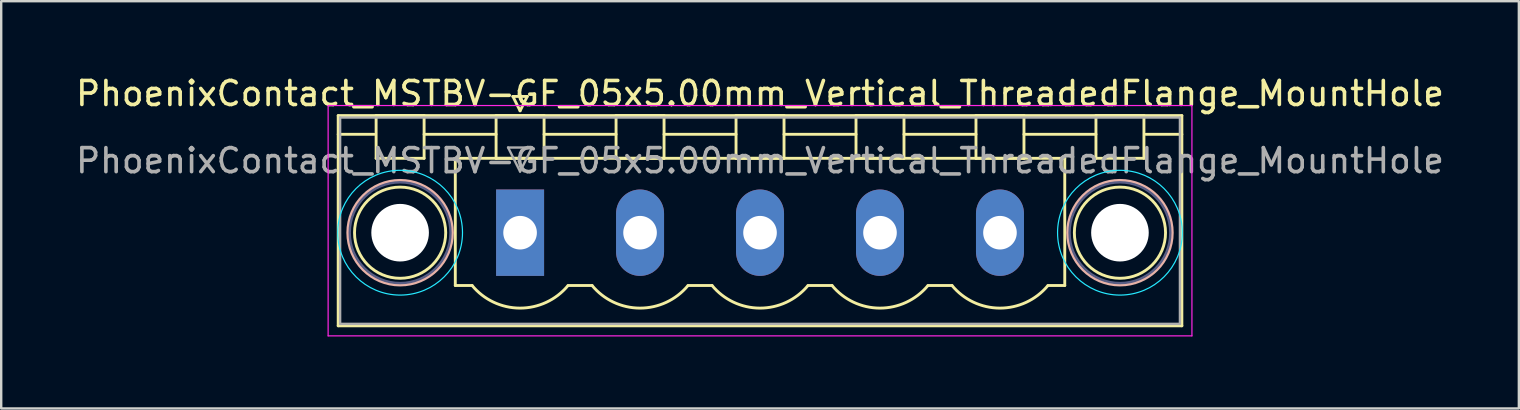
<source format=kicad_pcb>
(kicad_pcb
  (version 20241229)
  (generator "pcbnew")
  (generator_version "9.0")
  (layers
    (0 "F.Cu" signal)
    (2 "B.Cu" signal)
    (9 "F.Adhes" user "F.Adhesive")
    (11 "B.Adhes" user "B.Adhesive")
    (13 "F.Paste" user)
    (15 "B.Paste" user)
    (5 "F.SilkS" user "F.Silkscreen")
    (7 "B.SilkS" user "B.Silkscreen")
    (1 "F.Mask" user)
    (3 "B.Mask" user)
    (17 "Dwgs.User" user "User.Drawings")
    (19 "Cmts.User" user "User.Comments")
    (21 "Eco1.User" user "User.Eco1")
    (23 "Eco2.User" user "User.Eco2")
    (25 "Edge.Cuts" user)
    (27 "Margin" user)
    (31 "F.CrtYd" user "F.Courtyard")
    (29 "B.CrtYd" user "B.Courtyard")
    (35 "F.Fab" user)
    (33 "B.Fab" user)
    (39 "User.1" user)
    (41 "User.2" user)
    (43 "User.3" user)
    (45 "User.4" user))
  (footprint "PhoenixContact_MSTBV-GF_05x5.00mm_Vertical_ThreadedFlange_MountHole"
    (layer "F.Cu")
    (at 18.625 6.648)
    (property "Reference" "PhoenixContact_MSTBV-GF_05x5.00mm_Vertical_ThreadedFlange_MountHole" (at 10 -5.8 0) (layer "F.SilkS") (effects (font (size 1 1) (thickness 0.15))))
    (attr through_hole)
    (fp_line (start -7.58 -4.88) (end -7.58 3.88) (stroke (width 0.12) (type solid)) (layer "F.SilkS"))
    (fp_line (start -7.58 -4.1) (end -6.08 -4.1) (stroke (width 0.12) (type solid)) (layer "F.SilkS"))
    (fp_line (start -7.58 3.88) (end 27.58 3.88) (stroke (width 0.12) (type solid)) (layer "F.SilkS"))
    (fp_line (start -6 -4.88) (end -4 -4.88) (stroke (width 0.12) (type solid)) (layer "F.SilkS"))
    (fp_line (start -6 -3.1) (end -6 -4.88) (stroke (width 0.12) (type solid)) (layer "F.SilkS"))
    (fp_line (start -4 -4.88) (end -4 -3.1) (stroke (width 0.12) (type solid)) (layer "F.SilkS"))
    (fp_line (start -4 -4.1) (end -1 -4.1) (stroke (width 0.12) (type solid)) (layer "F.SilkS"))
    (fp_line (start -4 -3.1) (end -6 -3.1) (stroke (width 0.12) (type solid)) (layer "F.SilkS"))
    (fp_line (start -2.7 -3.1) (end 22.7 -3.1) (stroke (width 0.12) (type solid)) (layer "F.SilkS"))
    (fp_line (start -2.7 2.2) (end -2.7 -3.1) (stroke (width 0.12) (type solid)) (layer "F.SilkS"))
    (fp_line (start -2 2.2) (end -2.7 2.2) (stroke (width 0.12) (type solid)) (layer "F.SilkS"))
    (fp_line (start -1 -4.88) (end 1 -4.88) (stroke (width 0.12) (type solid)) (layer "F.SilkS"))
    (fp_line (start -1 -3.1) (end -1 -4.88) (stroke (width 0.12) (type solid)) (layer "F.SilkS"))
    (fp_line (start -0.3 -5.68) (end 0.3 -5.68) (stroke (width 0.12) (type solid)) (layer "F.SilkS"))
    (fp_line (start 0 -5.08) (end -0.3 -5.68) (stroke (width 0.12) (type solid)) (layer "F.SilkS"))
    (fp_line (start 0.3 -5.68) (end 0 -5.08) (stroke (width 0.12) (type solid)) (layer "F.SilkS"))
    (fp_line (start 1 -4.88) (end 1 -3.1) (stroke (width 0.12) (type solid)) (layer "F.SilkS"))
    (fp_line (start 1 -4.1) (end 4 -4.1) (stroke (width 0.12) (type solid)) (layer "F.SilkS"))
    (fp_line (start 1 -3.1) (end -1 -3.1) (stroke (width 0.12) (type solid)) (layer "F.SilkS"))
    (fp_line (start 2 2.2) (end 3 2.2) (stroke (width 0.12) (type solid)) (layer "F.SilkS"))
    (fp_line (start 4 -4.88) (end 6 -4.88) (stroke (width 0.12) (type solid)) (layer "F.SilkS"))
    (fp_line (start 4 -3.1) (end 4 -4.88) (stroke (width 0.12) (type solid)) (layer "F.SilkS"))
    (fp_line (start 6 -4.88) (end 6 -3.1) (stroke (width 0.12) (type solid)) (layer "F.SilkS"))
    (fp_line (start 6 -4.1) (end 9 -4.1) (stroke (width 0.12) (type solid)) (layer "F.SilkS"))
    (fp_line (start 6 -3.1) (end 4 -3.1) (stroke (width 0.12) (type solid)) (layer "F.SilkS"))
    (fp_line (start 7 2.2) (end 8 2.2) (stroke (width 0.12) (type solid)) (layer "F.SilkS"))
    (fp_line (start 9 -4.88) (end 11 -4.88) (stroke (width 0.12) (type solid)) (layer "F.SilkS"))
    (fp_line (start 9 -3.1) (end 9 -4.88) (stroke (width 0.12) (type solid)) (layer "F.SilkS"))
    (fp_line (start 11 -4.88) (end 11 -3.1) (stroke (width 0.12) (type solid)) (layer "F.SilkS"))
    (fp_line (start 11 -4.1) (end 14 -4.1) (stroke (width 0.12) (type solid)) (layer "F.SilkS"))
    (fp_line (start 11 -3.1) (end 9 -3.1) (stroke (width 0.12) (type solid)) (layer "F.SilkS"))
    (fp_line (start 12 2.2) (end 13 2.2) (stroke (width 0.12) (type solid)) (layer "F.SilkS"))
    (fp_line (start 14 -4.88) (end 16 -4.88) (stroke (width 0.12) (type solid)) (layer "F.SilkS"))
    (fp_line (start 14 -3.1) (end 14 -4.88) (stroke (width 0.12) (type solid)) (layer "F.SilkS"))
    (fp_line (start 16 -4.88) (end 16 -3.1) (stroke (width 0.12) (type solid)) (layer "F.SilkS"))
    (fp_line (start 16 -4.1) (end 19 -4.1) (stroke (width 0.12) (type solid)) (layer "F.SilkS"))
    (fp_line (start 16 -3.1) (end 14 -3.1) (stroke (width 0.12) (type solid)) (layer "F.SilkS"))
    (fp_line (start 17 2.2) (end 18 2.2) (stroke (width 0.12) (type solid)) (layer "F.SilkS"))
    (fp_line (start 19 -4.88) (end 21 -4.88) (stroke (width 0.12) (type solid)) (layer "F.SilkS"))
    (fp_line (start 19 -3.1) (end 19 -4.88) (stroke (width 0.12) (type solid)) (layer "F.SilkS"))
    (fp_line (start 21 -4.88) (end 21 -3.1) (stroke (width 0.12) (type solid)) (layer "F.SilkS"))
    (fp_line (start 21 -4.1) (end 24 -4.1) (stroke (width 0.12) (type solid)) (layer "F.SilkS"))
    (fp_line (start 21 -3.1) (end 19 -3.1) (stroke (width 0.12) (type solid)) (layer "F.SilkS"))
    (fp_line (start 22.7 -3.1) (end 22.7 2.2) (stroke (width 0.12) (type solid)) (layer "F.SilkS"))
    (fp_line (start 22.7 2.2) (end 22 2.2) (stroke (width 0.12) (type solid)) (layer "F.SilkS"))
    (fp_line (start 24 -4.88) (end 26 -4.88) (stroke (width 0.12) (type solid)) (layer "F.SilkS"))
    (fp_line (start 24 -3.1) (end 24 -4.88) (stroke (width 0.12) (type solid)) (layer "F.SilkS"))
    (fp_line (start 26 -4.88) (end 26 -3.1) (stroke (width 0.12) (type solid)) (layer "F.SilkS"))
    (fp_line (start 26 -3.1) (end 24 -3.1) (stroke (width 0.12) (type solid)) (layer "F.SilkS"))
    (fp_line (start 27.58 -4.88) (end -7.58 -4.88) (stroke (width 0.12) (type solid)) (layer "F.SilkS"))
    (fp_line (start 27.58 -4.1) (end 26.08 -4.1) (stroke (width 0.12) (type solid)) (layer "F.SilkS"))
    (fp_line (start 27.58 3.88) (end 27.58 -4.88) (stroke (width 0.12) (type solid)) (layer "F.SilkS"))
    (fp_arc (start 1.986842 2.215821) (mid -0.010289 3.142758) (end -2 2.2) (stroke (width 0.12) (type solid)) (layer "F.SilkS"))
    (fp_arc (start 6.986842 2.215821) (mid 4.989711 3.142758) (end 3 2.2) (stroke (width 0.12) (type solid)) (layer "F.SilkS"))
    (fp_arc (start 11.986842 2.215821) (mid 9.989711 3.142758) (end 8 2.2) (stroke (width 0.12) (type solid)) (layer "F.SilkS"))
    (fp_arc (start 16.986842 2.215821) (mid 14.989711 3.142758) (end 13 2.2) (stroke (width 0.12) (type solid)) (layer "F.SilkS"))
    (fp_arc (start 21.986842 2.215821) (mid 19.989711 3.142758) (end 18 2.2) (stroke (width 0.12) (type solid)) (layer "F.SilkS"))
    (fp_circle (center -5 0) (end -3.1 0) (stroke (width 0.12) (type solid)) (fill no) (layer "F.SilkS"))
    (fp_circle (center 25 0) (end 26.9 0) (stroke (width 0.12) (type solid)) (fill no) (layer "F.SilkS"))
    (fp_circle (center -5 0) (end -2.82 0) (stroke (width 0.12) (type solid)) (fill no) (layer "B.SilkS"))
    (fp_circle (center 25 0) (end 27.18 0) (stroke (width 0.12) (type solid)) (fill no) (layer "B.SilkS"))
    (fp_circle (center -5 0) (end -2.4 0) (stroke (width 0.05) (type solid)) (fill no) (layer "B.CrtYd"))
    (fp_circle (center 25 0) (end 27.6 0) (stroke (width 0.05) (type solid)) (fill no) (layer "B.CrtYd"))
    (fp_line (start -8 -5.3) (end -8 4.3) (stroke (width 0.05) (type solid)) (layer "F.CrtYd"))
    (fp_line (start -8 4.3) (end 28 4.3) (stroke (width 0.05) (type solid)) (layer "F.CrtYd"))
    (fp_line (start 28 -5.3) (end -8 -5.3) (stroke (width 0.05) (type solid)) (layer "F.CrtYd"))
    (fp_line (start 28 4.3) (end 28 -5.3) (stroke (width 0.05) (type solid)) (layer "F.CrtYd"))
    (fp_circle (center -5 0) (end -2.9 0) (stroke (width 0.1) (type solid)) (fill no) (layer "B.Fab"))
    (fp_circle (center 25 0) (end 27.1 0) (stroke (width 0.1) (type solid)) (fill no) (layer "B.Fab"))
    (fp_line (start -7.5 -4.8) (end -7.5 3.8) (stroke (width 0.1) (type solid)) (layer "F.Fab"))
    (fp_line (start -7.5 3.8) (end 27.5 3.8) (stroke (width 0.1) (type solid)) (layer "F.Fab"))
    (fp_line (start -0.5 -3.55) (end 0.5 -3.55) (stroke (width 0.1) (type solid)) (layer "F.Fab"))
    (fp_line (start 0 -2.55) (end -0.5 -3.55) (stroke (width 0.1) (type solid)) (layer "F.Fab"))
    (fp_line (start 0.5 -3.55) (end 0 -2.55) (stroke (width 0.1) (type solid)) (layer "F.Fab"))
    (fp_line (start 27.5 -4.8) (end -7.5 -4.8) (stroke (width 0.1) (type solid)) (layer "F.Fab"))
    (fp_line (start 27.5 3.8) (end 27.5 -4.8) (stroke (width 0.1) (type solid)) (layer "F.Fab"))
    (fp_text user "${REFERENCE}" (at 10 -3 0) (layer "F.Fab") (effects (font (size 1 1) (thickness 0.15))))
    (pad "" np_thru_hole circle (at -5 0) (size 2.4 2.4) (drill 2.4) (layers "*.Cu" "*.Mask"))
    (pad "" np_thru_hole circle (at 25 0) (size 2.4 2.4) (drill 2.4) (layers "*.Cu" "*.Mask"))
    (pad "1" thru_hole rect (at 0 0) (size 2 3.6) (drill 1.4) (layers "*.Cu" "*.Mask"))
    (pad "2" thru_hole oval (at 5 0) (size 2 3.6) (drill 1.4) (layers "*.Cu" "*.Mask"))
    (pad "3" thru_hole oval (at 10 0) (size 2 3.6) (drill 1.4) (layers "*.Cu" "*.Mask"))
    (pad "4" thru_hole oval (at 15 0) (size 2 3.6) (drill 1.4) (layers "*.Cu" "*.Mask"))
    (pad "5" thru_hole oval (at 20 0) (size 2 3.6) (drill 1.4) (layers "*.Cu" "*.Mask")))
  (gr_rect
    (start -3 -3)
    (end 60.25 13.973)
    (stroke (width 0.1) (type default))
    (fill no)
    (layer "Edge.Cuts")))
</source>
